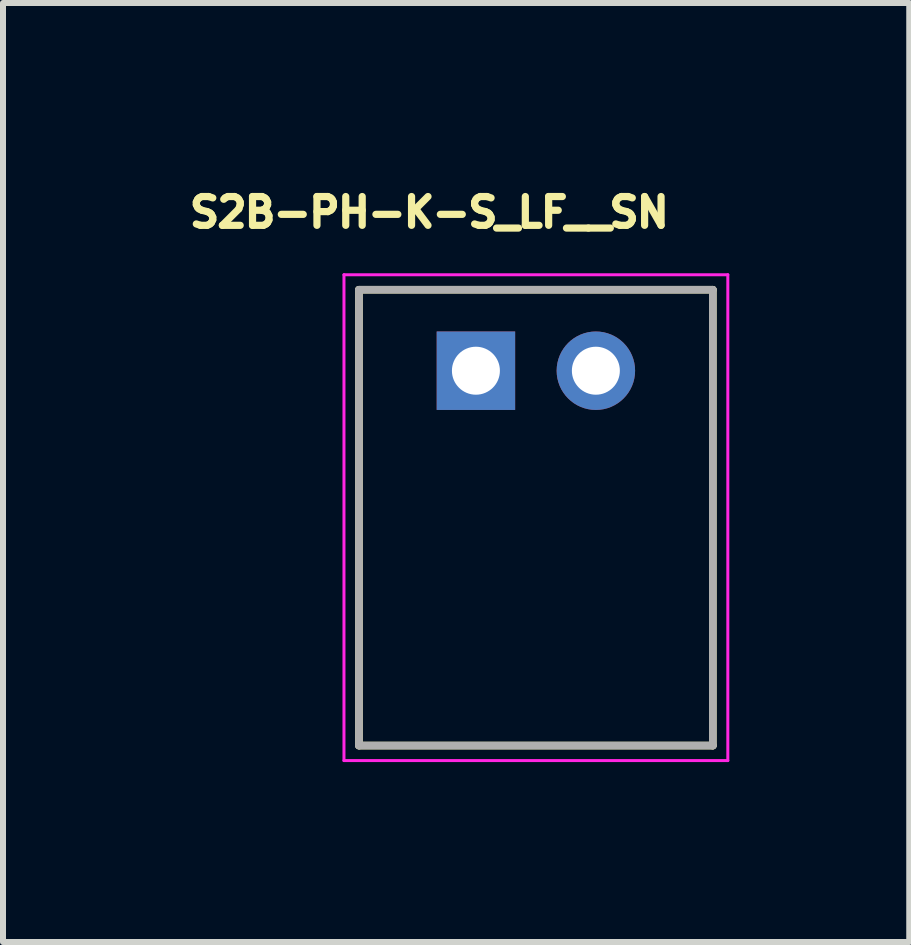
<source format=kicad_pcb>
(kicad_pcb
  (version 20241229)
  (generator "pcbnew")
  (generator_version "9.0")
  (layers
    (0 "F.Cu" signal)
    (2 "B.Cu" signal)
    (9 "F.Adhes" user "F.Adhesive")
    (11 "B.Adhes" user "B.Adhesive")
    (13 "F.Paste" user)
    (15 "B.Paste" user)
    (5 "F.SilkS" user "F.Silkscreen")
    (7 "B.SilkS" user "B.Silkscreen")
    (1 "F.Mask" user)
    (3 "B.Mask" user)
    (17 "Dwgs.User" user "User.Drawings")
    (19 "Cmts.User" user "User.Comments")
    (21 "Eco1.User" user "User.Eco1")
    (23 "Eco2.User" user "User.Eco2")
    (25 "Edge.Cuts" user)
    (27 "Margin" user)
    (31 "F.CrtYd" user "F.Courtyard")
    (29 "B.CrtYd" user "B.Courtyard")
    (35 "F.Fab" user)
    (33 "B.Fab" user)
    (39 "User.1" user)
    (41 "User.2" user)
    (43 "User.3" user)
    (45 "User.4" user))
  (footprint "S2B-PH-K-S_LF__SN"
    (layer "F.Cu")
    (at 5.885 3.131)
    (property "Reference" "S2B-PH-K-S_LF__SN" (at -1.776 -2.64 0) (layer "F.SilkS") (effects (font (size 0.48 0.48) (thickness 0.15))))
    (attr through_hole)
    (fp_line (start -2.95 -1.35) (end 2.95 -1.35) (stroke (width 0.127) (type solid)) (layer "F.SilkS"))
    (fp_line (start -2.95 6.25) (end -2.95 -1.35) (stroke (width 0.127) (type solid)) (layer "F.SilkS"))
    (fp_line (start 2.95 -1.35) (end 2.95 6.25) (stroke (width 0.127) (type solid)) (layer "F.SilkS"))
    (fp_line (start 2.95 6.25) (end -2.95 6.25) (stroke (width 0.127) (type solid)) (layer "F.SilkS"))
    (fp_line (start -3.2 -1.6) (end 3.2 -1.6) (stroke (width 0.05) (type solid)) (layer "F.CrtYd"))
    (fp_line (start -3.2 6.5) (end -3.2 -1.6) (stroke (width 0.05) (type solid)) (layer "F.CrtYd"))
    (fp_line (start 3.2 -1.6) (end 3.2 6.5) (stroke (width 0.05) (type solid)) (layer "F.CrtYd"))
    (fp_line (start 3.2 6.5) (end -3.2 6.5) (stroke (width 0.05) (type solid)) (layer "F.CrtYd"))
    (fp_line (start -2.95 -1.35) (end 2.95 -1.35) (stroke (width 0.127) (type solid)) (layer "F.Fab"))
    (fp_line (start -2.95 6.25) (end -2.95 -1.35) (stroke (width 0.127) (type solid)) (layer "F.Fab"))
    (fp_line (start 2.95 -1.35) (end 2.95 6.25) (stroke (width 0.127) (type solid)) (layer "F.Fab"))
    (fp_line (start 2.95 6.25) (end -2.95 6.25) (stroke (width 0.127) (type solid)) (layer "F.Fab"))
    (pad "1" thru_hole rect (at -1 0) (size 1.308 1.308) (drill 0.8) (layers "*.Cu" "*.Mask"))
    (pad "2" thru_hole circle (at 1 0) (size 1.308 1.308) (drill 0.8) (layers "*.Cu" "*.Mask")))
  (gr_rect
    (start -3 -3)
    (end 12.11 12.656)
    (stroke (width 0.1) (type default))
    (fill no)
    (layer "Edge.Cuts")))
</source>
